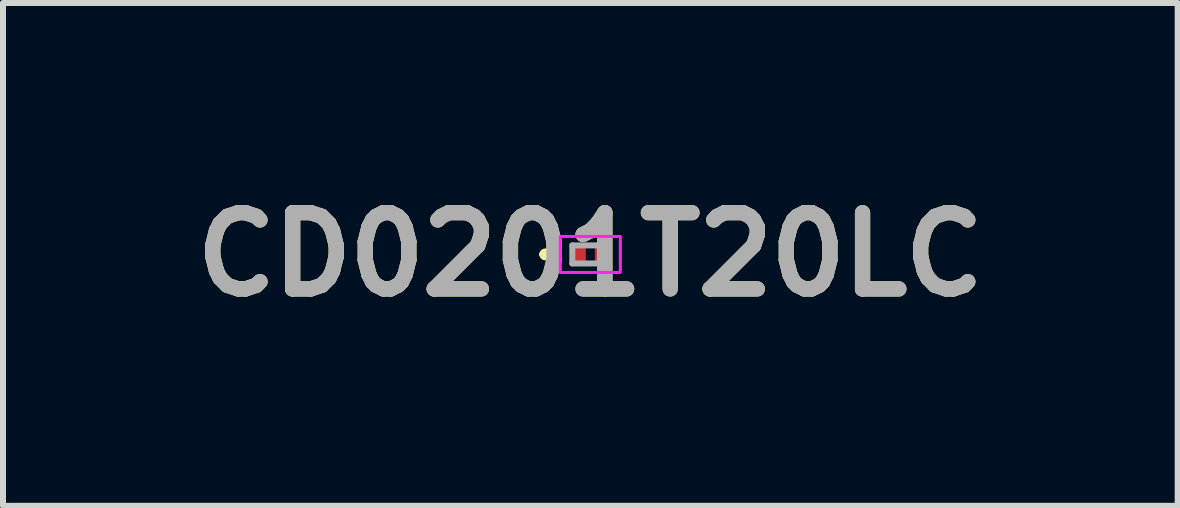
<source format=kicad_pcb>
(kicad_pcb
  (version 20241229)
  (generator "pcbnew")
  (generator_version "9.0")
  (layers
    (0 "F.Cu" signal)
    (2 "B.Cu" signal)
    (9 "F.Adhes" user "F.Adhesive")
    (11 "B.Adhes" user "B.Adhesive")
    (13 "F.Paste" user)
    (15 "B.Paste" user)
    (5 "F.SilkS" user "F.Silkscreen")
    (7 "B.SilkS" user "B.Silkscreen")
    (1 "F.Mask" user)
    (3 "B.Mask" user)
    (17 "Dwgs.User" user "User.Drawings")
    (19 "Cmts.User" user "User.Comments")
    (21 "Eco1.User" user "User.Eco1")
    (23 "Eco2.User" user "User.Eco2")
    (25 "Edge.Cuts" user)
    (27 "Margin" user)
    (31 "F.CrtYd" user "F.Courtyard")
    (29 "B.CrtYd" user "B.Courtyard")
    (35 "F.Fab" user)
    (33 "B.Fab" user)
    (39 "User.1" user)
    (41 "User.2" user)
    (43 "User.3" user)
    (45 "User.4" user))
  (footprint "CD0201T20LC"
    (layer "F.Cu")
    (at 6.785 1.189)
    (property "Reference" "CD0201T20LC" (at 0 0 0) (layer "F.SilkS") (effects (font (size 1.27 1.27) (thickness 0.254))))
    (attr smd)
    (fp_line (start -0.8 0) (end -0.8 0) (stroke (width 0.1) (type solid)) (layer "F.SilkS"))
    (fp_line (start -0.7 0) (end -0.7 0) (stroke (width 0.1) (type solid)) (layer "F.SilkS"))
    (fp_arc (start -0.8 0) (mid -0.75 -0.05) (end -0.7 0) (stroke (width 0.1) (type solid)) (layer "F.SilkS"))
    (fp_arc (start -0.7 0) (mid -0.75 0.05) (end -0.8 0) (stroke (width 0.1) (type solid)) (layer "F.SilkS"))
    (fp_rect (start -0.5 -0.3) (end 0.5 0.3) (stroke (width 0.05) (type default)) (fill no) (layer "F.CrtYd"))
    (fp_line (start -0.3 -0.15) (end 0.3 -0.15) (stroke (width 0.1) (type solid)) (layer "F.Fab"))
    (fp_line (start -0.3 0.15) (end -0.3 -0.15) (stroke (width 0.1) (type solid)) (layer "F.Fab"))
    (fp_line (start 0.3 -0.15) (end 0.3 0.15) (stroke (width 0.1) (type solid)) (layer "F.Fab"))
    (fp_line (start 0.3 0.15) (end -0.3 0.15) (stroke (width 0.1) (type solid)) (layer "F.Fab"))
    (fp_text user "${REFERENCE}" (at 0 0 0) (layer "F.Fab") (effects (font (size 1.27 1.27) (thickness 0.254))))
    (pad "1" smd rect (at -0.2 0) (size 0.25 0.3) (layers "F.Cu" "F.Mask" "F.Paste"))
    (pad "2" smd rect (at 0.2 0) (size 0.25 0.3) (layers "F.Cu" "F.Mask" "F.Paste")))
  (gr_rect
    (start -3 -3)
    (end 16.571 5.377)
    (stroke (width 0.1) (type default))
    (fill no)
    (layer "Edge.Cuts")))
</source>
